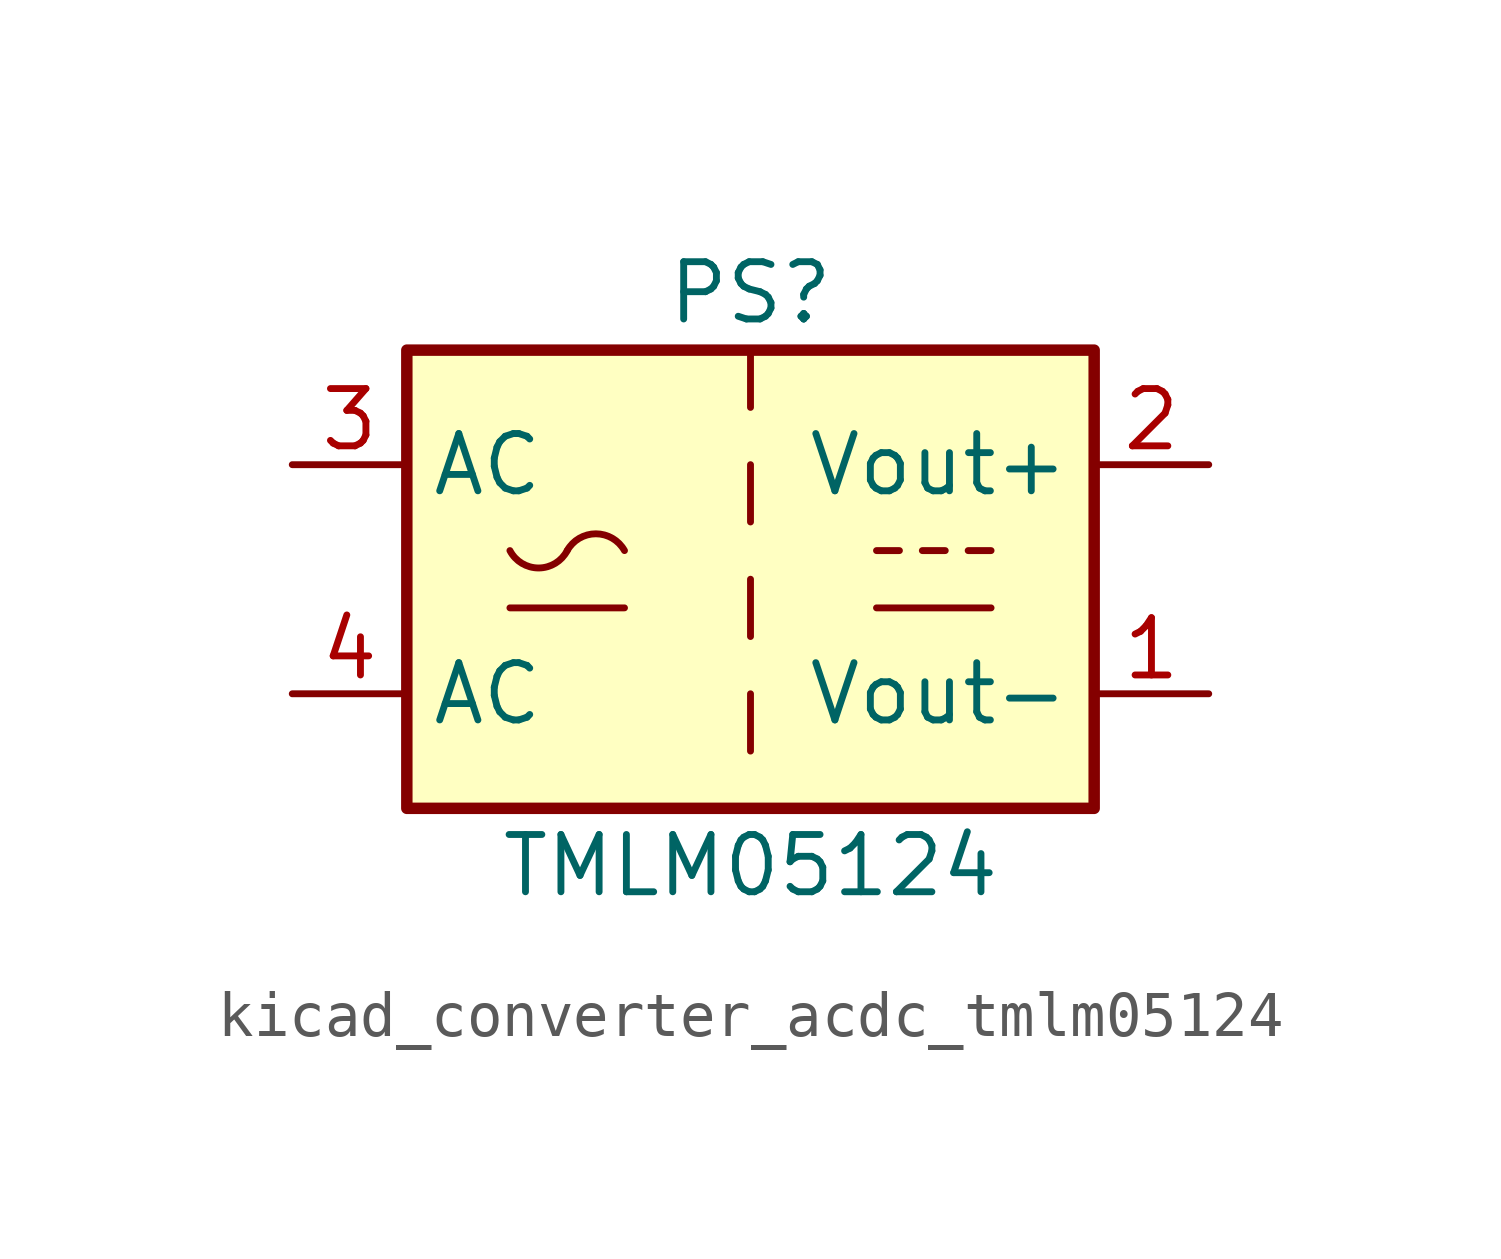
<source format=kicad_sym>
(kicad_symbol_lib
  (version 20220914)
  (generator kicad_symbol_editor)
  (symbol "kicad_converter_acdc_tmlm05124"
    (property "Reference" "PS"
      (at 0 6.35 0)
      (effects (font (size 1.27 1.27))))
    (property "Value" "TMLM05124"
      (at 0 -6.35 0)
      (effects (font (size 1.27 1.27))))
    (symbol "kicad_converter_acdc_tmlm05124_0_1"
      (rectangle (start -7.62 5.08) (end 7.62 -5.08) (stroke (width 0.254) (type default)) (fill (type background)))
      (arc (start -5.334 0.635) (mid -4.699 0.2495) (end -4.064 0.635) (stroke (width 0) (type default)) (fill (type none)))
      (arc (start -2.794 0.635) (mid -3.429 1.0072) (end -4.064 0.635) (stroke (width 0) (type default)) (fill (type none)))
      (polyline (pts (xy -5.334 -0.635) (xy -2.794 -0.635)) (stroke (width 0) (type default)) (fill (type none)))
      (polyline (pts (xy 0 -2.54) (xy 0 -3.81)) (stroke (width 0) (type default)) (fill (type none)))
      (polyline (pts (xy 0 0) (xy 0 -1.27)) (stroke (width 0) (type default)) (fill (type none)))
      (polyline (pts (xy 0 2.54) (xy 0 1.27)) (stroke (width 0) (type default)) (fill (type none)))
      (polyline (pts (xy 0 5.08) (xy 0 3.81)) (stroke (width 0) (type default)) (fill (type none)))
      (polyline (pts (xy 2.794 -0.635) (xy 5.334 -0.635)) (stroke (width 0) (type default)) (fill (type none)))
      (polyline (pts (xy 2.794 0.635) (xy 3.302 0.635)) (stroke (width 0) (type default)) (fill (type none)))
      (polyline (pts (xy 3.81 0.635) (xy 4.318 0.635)) (stroke (width 0) (type default)) (fill (type none)))
      (polyline (pts (xy 4.826 0.635) (xy 5.334 0.635)) (stroke (width 0) (type default)) (fill (type none))))
    (symbol "kicad_converter_acdc_tmlm05124_1_1"
      (pin power_out line (at 10.16 -2.54 180) (length 2.54) (name "Vout-" (effects (font (size 1.27 1.27)))) (number "1" (effects (font (size 1.27 1.27)))))
      (pin power_out line (at 10.16 2.54 180) (length 2.54) (name "Vout+" (effects (font (size 1.27 1.27)))) (number "2" (effects (font (size 1.27 1.27)))))
      (pin power_in line (at -10.16 2.54 0) (length 2.54) (name "AC" (effects (font (size 1.27 1.27)))) (number "3" (effects (font (size 1.27 1.27)))))
      (pin power_in line (at -10.16 -2.54 0) (length 2.54) (name "AC" (effects (font (size 1.27 1.27)))) (number "4" (effects (font (size 1.27 1.27))))))))
</source>
